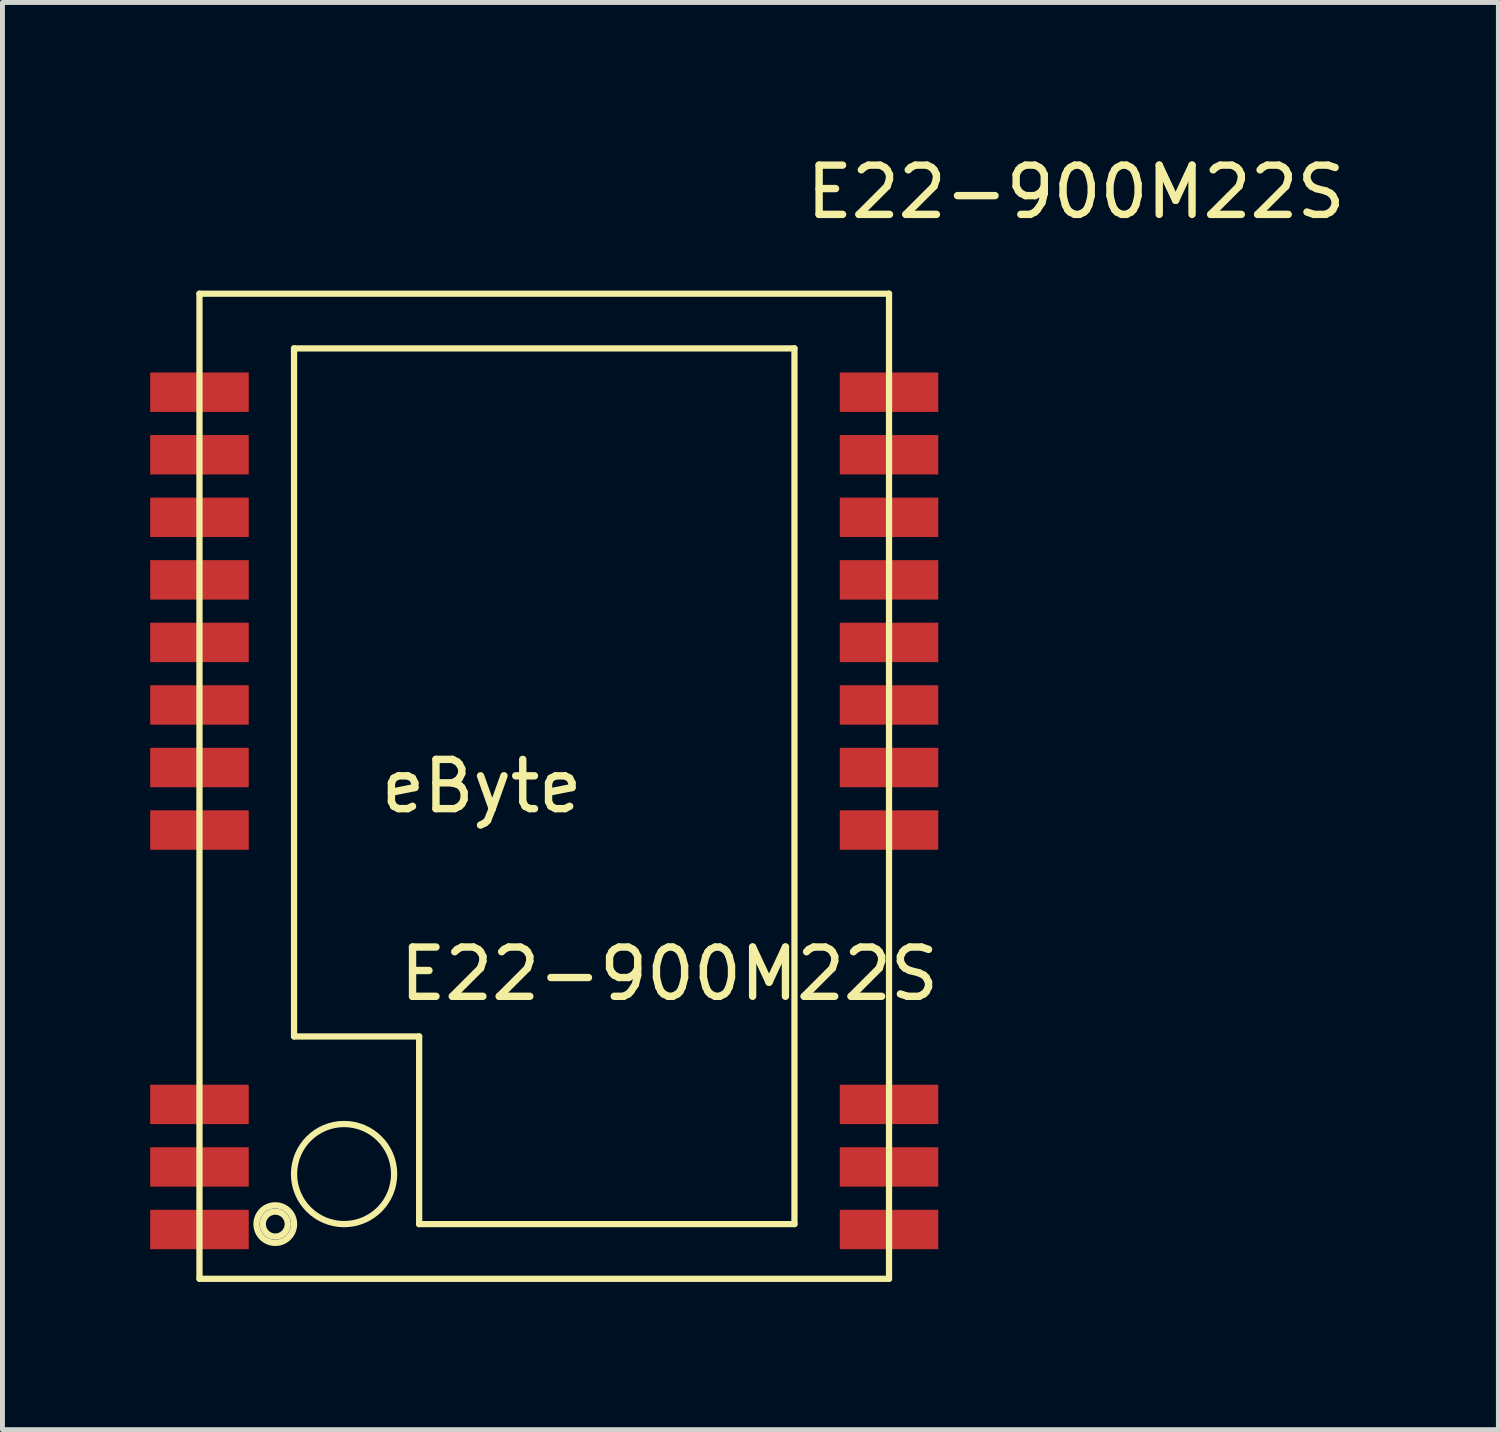
<source format=kicad_pcb>
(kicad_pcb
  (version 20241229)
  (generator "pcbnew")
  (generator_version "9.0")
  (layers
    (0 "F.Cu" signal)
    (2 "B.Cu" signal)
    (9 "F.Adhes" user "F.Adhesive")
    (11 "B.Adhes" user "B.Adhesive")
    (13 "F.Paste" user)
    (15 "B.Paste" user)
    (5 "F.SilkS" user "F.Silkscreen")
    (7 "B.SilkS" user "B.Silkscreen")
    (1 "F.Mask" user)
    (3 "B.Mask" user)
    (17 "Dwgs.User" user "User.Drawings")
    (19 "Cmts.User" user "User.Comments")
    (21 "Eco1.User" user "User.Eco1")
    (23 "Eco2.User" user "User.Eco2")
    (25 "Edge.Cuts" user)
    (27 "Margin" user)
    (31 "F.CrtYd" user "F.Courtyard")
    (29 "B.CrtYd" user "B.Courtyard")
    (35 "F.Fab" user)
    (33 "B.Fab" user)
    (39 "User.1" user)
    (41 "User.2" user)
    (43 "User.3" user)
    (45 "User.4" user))
  (footprint "E22-900M22S"
    (layer "F.Cu")
    (at 8 12.913)
    (property "Reference" "E22-900M22S" (at 10.795 -12.065 0) (layer "F.SilkS") (effects (font (size 1 1) (thickness 0.15))))
    (attr smd)
    (fp_line (start -7 -10) (end 7 -10) (stroke (width 0.127) (type solid)) (layer "F.SilkS"))
    (fp_line (start -7 10) (end -7 -10) (stroke (width 0.127) (type solid)) (layer "F.SilkS"))
    (fp_line (start -5.08 -8.89) (end 5.08 -8.89) (stroke (width 0.127) (type solid)) (layer "F.SilkS"))
    (fp_line (start -5.08 5.08) (end -5.08 -8.89) (stroke (width 0.127) (type solid)) (layer "F.SilkS"))
    (fp_line (start -2.54 5.08) (end -5.08 5.08) (stroke (width 0.127) (type solid)) (layer "F.SilkS"))
    (fp_line (start -2.54 8.89) (end -2.54 5.08) (stroke (width 0.127) (type solid)) (layer "F.SilkS"))
    (fp_line (start 5.08 -8.89) (end 5.08 8.89) (stroke (width 0.127) (type solid)) (layer "F.SilkS"))
    (fp_line (start 5.08 8.89) (end -2.54 8.89) (stroke (width 0.127) (type solid)) (layer "F.SilkS"))
    (fp_line (start 7 -10) (end 7 10) (stroke (width 0.127) (type solid)) (layer "F.SilkS"))
    (fp_line (start 7 10) (end -7 10) (stroke (width 0.127) (type solid)) (layer "F.SilkS"))
    (fp_circle (center -5.461 8.89) (end -5.207 8.89) (stroke (width 0.127) (type solid)) (fill no) (layer "F.SilkS"))
    (fp_circle (center -5.461 8.89) (end -5.08 8.89) (stroke (width 0.127) (type solid)) (fill no) (layer "F.SilkS"))
    (fp_circle (center -4.064 7.874) (end -3.048 7.874) (stroke (width 0.127) (type solid)) (fill no) (layer "F.SilkS"))
    (fp_text user "E22-900M22S" (at 2.54 3.81 0) (layer "F.SilkS") (effects (font (size 1 1) (thickness 0.15))))
    (fp_text user "eByte" (at -1.27 0 0) (layer "F.SilkS") (effects (font (size 1 1) (thickness 0.15))))
    (pad "1" smd rect (at 7 9) (size 2 0.8) (layers "F.Cu" "F.Mask" "F.Paste"))
    (pad "2" smd rect (at 7 7.73) (size 2 0.8) (layers "F.Cu" "F.Mask" "F.Paste"))
    (pad "3" smd rect (at 7 6.46) (size 2 0.8) (layers "F.Cu" "F.Mask" "F.Paste"))
    (pad "4" smd rect (at 7 0.89) (size 2 0.8) (layers "F.Cu" "F.Mask" "F.Paste"))
    (pad "5" smd rect (at 7 -0.38) (size 2 0.8) (layers "F.Cu" "F.Mask" "F.Paste"))
    (pad "6" smd rect (at 7 -1.65) (size 2 0.8) (layers "F.Cu" "F.Mask" "F.Paste"))
    (pad "7" smd rect (at 7 -2.92) (size 2 0.8) (layers "F.Cu" "F.Mask" "F.Paste"))
    (pad "8" smd rect (at 7 -4.19) (size 2 0.8) (layers "F.Cu" "F.Mask" "F.Paste"))
    (pad "9" smd rect (at 7 -5.46) (size 2 0.8) (layers "F.Cu" "F.Mask" "F.Paste"))
    (pad "10" smd rect (at 7 -6.73) (size 2 0.8) (layers "F.Cu" "F.Mask" "F.Paste"))
    (pad "11" smd rect (at 7 -8) (size 2 0.8) (layers "F.Cu" "F.Mask" "F.Paste"))
    (pad "12" smd rect (at -7 -8) (size 2 0.8) (layers "F.Cu" "F.Mask" "F.Paste"))
    (pad "13" smd rect (at -7 -6.73) (size 2 0.8) (layers "F.Cu" "F.Mask" "F.Paste"))
    (pad "14" smd rect (at -7 -5.46) (size 2 0.8) (layers "F.Cu" "F.Mask" "F.Paste"))
    (pad "15" smd rect (at -7 -4.19) (size 2 0.8) (layers "F.Cu" "F.Mask" "F.Paste"))
    (pad "16" smd rect (at -7 -2.92) (size 2 0.8) (layers "F.Cu" "F.Mask" "F.Paste"))
    (pad "17" smd rect (at -7 -1.65) (size 2 0.8) (layers "F.Cu" "F.Mask" "F.Paste"))
    (pad "18" smd rect (at -7 -0.38) (size 2 0.8) (layers "F.Cu" "F.Mask" "F.Paste"))
    (pad "19" smd rect (at -7 0.89) (size 2 0.8) (layers "F.Cu" "F.Mask" "F.Paste"))
    (pad "20" smd rect (at -7 6.46) (size 2 0.8) (layers "F.Cu" "F.Mask" "F.Paste"))
    (pad "21" smd rect (at -7 7.73) (size 2 0.8) (layers "F.Cu" "F.Mask" "F.Paste"))
    (pad "22" smd rect (at -7 9) (size 2 0.8) (layers "F.Cu" "F.Mask" "F.Paste")))
  (gr_rect
    (start -3 -3)
    (end 27.372 25.977)
    (stroke (width 0.1) (type default))
    (fill no)
    (layer "Edge.Cuts")))
</source>
